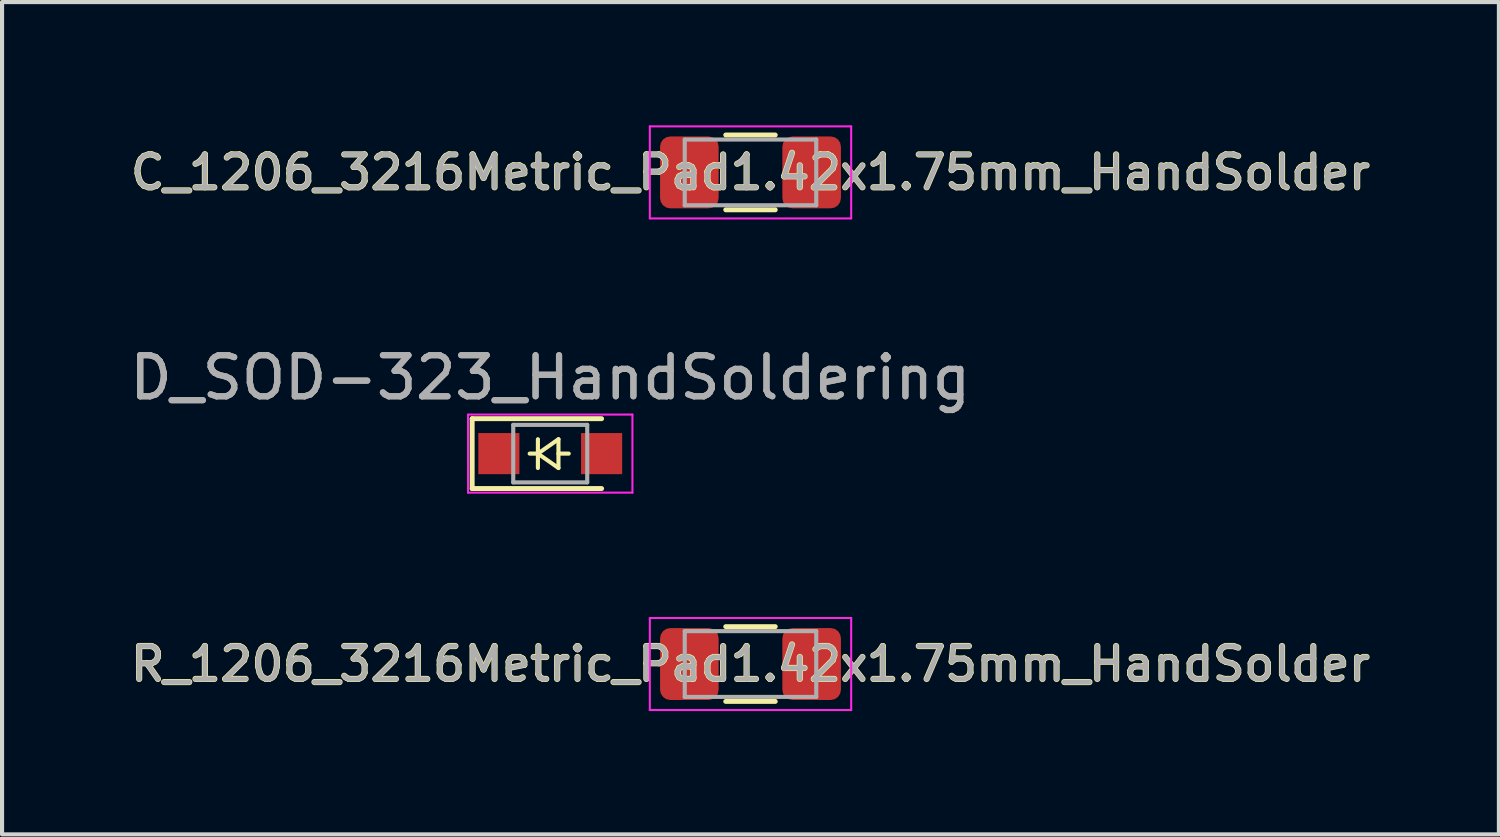
<source format=kicad_pcb>
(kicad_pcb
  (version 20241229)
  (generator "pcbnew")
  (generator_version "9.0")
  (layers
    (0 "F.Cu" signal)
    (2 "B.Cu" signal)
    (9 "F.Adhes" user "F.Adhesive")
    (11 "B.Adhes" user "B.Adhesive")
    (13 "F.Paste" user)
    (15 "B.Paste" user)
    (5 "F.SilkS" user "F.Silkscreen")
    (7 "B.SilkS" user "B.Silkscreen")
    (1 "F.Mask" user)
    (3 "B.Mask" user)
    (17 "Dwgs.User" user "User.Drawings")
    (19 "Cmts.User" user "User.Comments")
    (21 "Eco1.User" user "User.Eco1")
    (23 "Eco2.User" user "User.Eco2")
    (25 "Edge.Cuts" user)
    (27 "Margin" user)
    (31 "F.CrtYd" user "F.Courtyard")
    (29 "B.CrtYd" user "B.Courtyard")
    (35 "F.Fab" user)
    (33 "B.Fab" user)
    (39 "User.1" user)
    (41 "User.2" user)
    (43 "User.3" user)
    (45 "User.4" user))
  (footprint "C_1206_3216Metric_Pad1.42x1.75mm_HandSolder"
    (layer "F.Cu")
    (at 15.212 1.145)
    (property "Reference" "C_1206_3216Metric_Pad1.42x1.75mm_HandSolder" (at 0 0 180) (layer "F.SilkS") (effects (font (size 0.8 0.8) (thickness 0.15))))
    (attr smd)
    (fp_line (start -0.602 -0.91) (end 0.602 -0.91) (stroke (width 0.12) (type solid)) (layer "F.SilkS"))
    (fp_line (start -0.602 0.91) (end 0.602 0.91) (stroke (width 0.12) (type solid)) (layer "F.SilkS"))
    (fp_line (start -2.45 -1.12) (end 2.45 -1.12) (stroke (width 0.05) (type solid)) (layer "F.CrtYd"))
    (fp_line (start -2.45 1.12) (end -2.45 -1.12) (stroke (width 0.05) (type solid)) (layer "F.CrtYd"))
    (fp_line (start 2.45 -1.12) (end 2.45 1.12) (stroke (width 0.05) (type solid)) (layer "F.CrtYd"))
    (fp_line (start 2.45 1.12) (end -2.45 1.12) (stroke (width 0.05) (type solid)) (layer "F.CrtYd"))
    (fp_line (start -1.6 -0.8) (end 1.6 -0.8) (stroke (width 0.1) (type solid)) (layer "F.Fab"))
    (fp_line (start -1.6 0.8) (end -1.6 -0.8) (stroke (width 0.1) (type solid)) (layer "F.Fab"))
    (fp_line (start 1.6 -0.8) (end 1.6 0.8) (stroke (width 0.1) (type solid)) (layer "F.Fab"))
    (fp_line (start 1.6 0.8) (end -1.6 0.8) (stroke (width 0.1) (type solid)) (layer "F.Fab"))
    (fp_text user "${REFERENCE}" (at 0 0 180) (layer "F.Fab") (effects (font (size 0.8 0.8) (thickness 0.12))))
    (pad "1" smd roundrect (at -1.488 0) (size 1.425 1.75) (layers "F.Cu" "F.Mask" "F.Paste") (roundrect_rratio 0.175))
    (pad "2" smd roundrect (at 1.488 0) (size 1.425 1.75) (layers "F.Cu" "F.Mask" "F.Paste") (roundrect_rratio 0.175)))
  (footprint "R_1206_3216Metric_Pad1.42x1.75mm_HandSolder"
    (layer "F.Cu")
    (at 15.212 13.108)
    (property "Reference" "R_1206_3216Metric_Pad1.42x1.75mm_HandSolder" (at 0 0 180) (layer "F.SilkS") (effects (font (size 0.8 0.8) (thickness 0.15))))
    (attr smd)
    (fp_line (start -0.602 -0.91) (end 0.602 -0.91) (stroke (width 0.12) (type solid)) (layer "F.SilkS"))
    (fp_line (start -0.602 0.91) (end 0.602 0.91) (stroke (width 0.12) (type solid)) (layer "F.SilkS"))
    (fp_line (start -2.45 -1.12) (end 2.45 -1.12) (stroke (width 0.05) (type solid)) (layer "F.CrtYd"))
    (fp_line (start -2.45 1.12) (end -2.45 -1.12) (stroke (width 0.05) (type solid)) (layer "F.CrtYd"))
    (fp_line (start 2.45 -1.12) (end 2.45 1.12) (stroke (width 0.05) (type solid)) (layer "F.CrtYd"))
    (fp_line (start 2.45 1.12) (end -2.45 1.12) (stroke (width 0.05) (type solid)) (layer "F.CrtYd"))
    (fp_line (start -1.6 -0.8) (end 1.6 -0.8) (stroke (width 0.1) (type solid)) (layer "F.Fab"))
    (fp_line (start -1.6 0.8) (end -1.6 -0.8) (stroke (width 0.1) (type solid)) (layer "F.Fab"))
    (fp_line (start 1.6 -0.8) (end 1.6 0.8) (stroke (width 0.1) (type solid)) (layer "F.Fab"))
    (fp_line (start 1.6 0.8) (end -1.6 0.8) (stroke (width 0.1) (type solid)) (layer "F.Fab"))
    (fp_text user "${REFERENCE}" (at 0 0 180) (layer "F.Fab") (effects (font (size 0.8 0.8) (thickness 0.12))))
    (pad "1" smd roundrect (at -1.488 0) (size 1.425 1.75) (layers "F.Cu" "F.Mask" "F.Paste") (roundrect_rratio 0.175))
    (pad "2" smd roundrect (at 1.488 0) (size 1.425 1.75) (layers "F.Cu" "F.Mask" "F.Paste") (roundrect_rratio 0.175)))
  (footprint "D_SOD-323_HandSoldering"
    (layer "F.Cu")
    (at 10.339 7.988)
    (property "Reference" "D_SOD-323_HandSoldering" (at 0 -1.85 180) (layer "F.Fab") (effects (font (size 1 1) (thickness 0.15))))
    (attr smd)
    (fp_line (start -1.9 -0.85) (end -1.9 0.85) (stroke (width 0.12) (type solid)) (layer "F.SilkS"))
    (fp_line (start -1.9 -0.85) (end 1.25 -0.85) (stroke (width 0.12) (type solid)) (layer "F.SilkS"))
    (fp_line (start -1.9 0.85) (end 1.25 0.85) (stroke (width 0.12) (type solid)) (layer "F.SilkS"))
    (fp_line (start -0.3 -0.35) (end -0.3 0.35) (stroke (width 0.1) (type solid)) (layer "F.SilkS"))
    (fp_line (start -0.3 0) (end -0.5 0) (stroke (width 0.1) (type solid)) (layer "F.SilkS"))
    (fp_line (start -0.3 0) (end 0.2 -0.35) (stroke (width 0.1) (type solid)) (layer "F.SilkS"))
    (fp_line (start 0.2 -0.35) (end 0.2 0.35) (stroke (width 0.1) (type solid)) (layer "F.SilkS"))
    (fp_line (start 0.2 0) (end 0.45 0) (stroke (width 0.1) (type solid)) (layer "F.SilkS"))
    (fp_line (start 0.2 0.35) (end -0.3 0) (stroke (width 0.1) (type solid)) (layer "F.SilkS"))
    (fp_line (start -2 -0.95) (end -2 0.95) (stroke (width 0.05) (type solid)) (layer "F.CrtYd"))
    (fp_line (start -2 -0.95) (end 2 -0.95) (stroke (width 0.05) (type solid)) (layer "F.CrtYd"))
    (fp_line (start -2 0.95) (end 2 0.95) (stroke (width 0.05) (type solid)) (layer "F.CrtYd"))
    (fp_line (start 2 -0.95) (end 2 0.95) (stroke (width 0.05) (type solid)) (layer "F.CrtYd"))
    (fp_line (start -0.9 -0.7) (end 0.9 -0.7) (stroke (width 0.1) (type solid)) (layer "F.Fab"))
    (fp_line (start -0.9 0.7) (end -0.9 -0.7) (stroke (width 0.1) (type solid)) (layer "F.Fab"))
    (fp_line (start 0.9 -0.7) (end 0.9 0.7) (stroke (width 0.1) (type solid)) (layer "F.Fab"))
    (fp_line (start 0.9 0.7) (end -0.9 0.7) (stroke (width 0.1) (type solid)) (layer "F.Fab"))
    (fp_text user "${REFERENCE}" (at 0 -1.85 180) (layer "F.Fab") (effects (font (size 1 1) (thickness 0.15))))
    (pad "1" smd rect (at -1.25 0) (size 1 1) (layers "F.Cu" "F.Mask" "F.Paste"))
    (pad "2" smd rect (at 1.25 0) (size 1 1) (layers "F.Cu" "F.Mask" "F.Paste")))
  (gr_rect
    (start -3 -3)
    (end 33.423 17.253)
    (stroke (width 0.1) (type default))
    (fill no)
    (layer "Edge.Cuts")))
</source>
